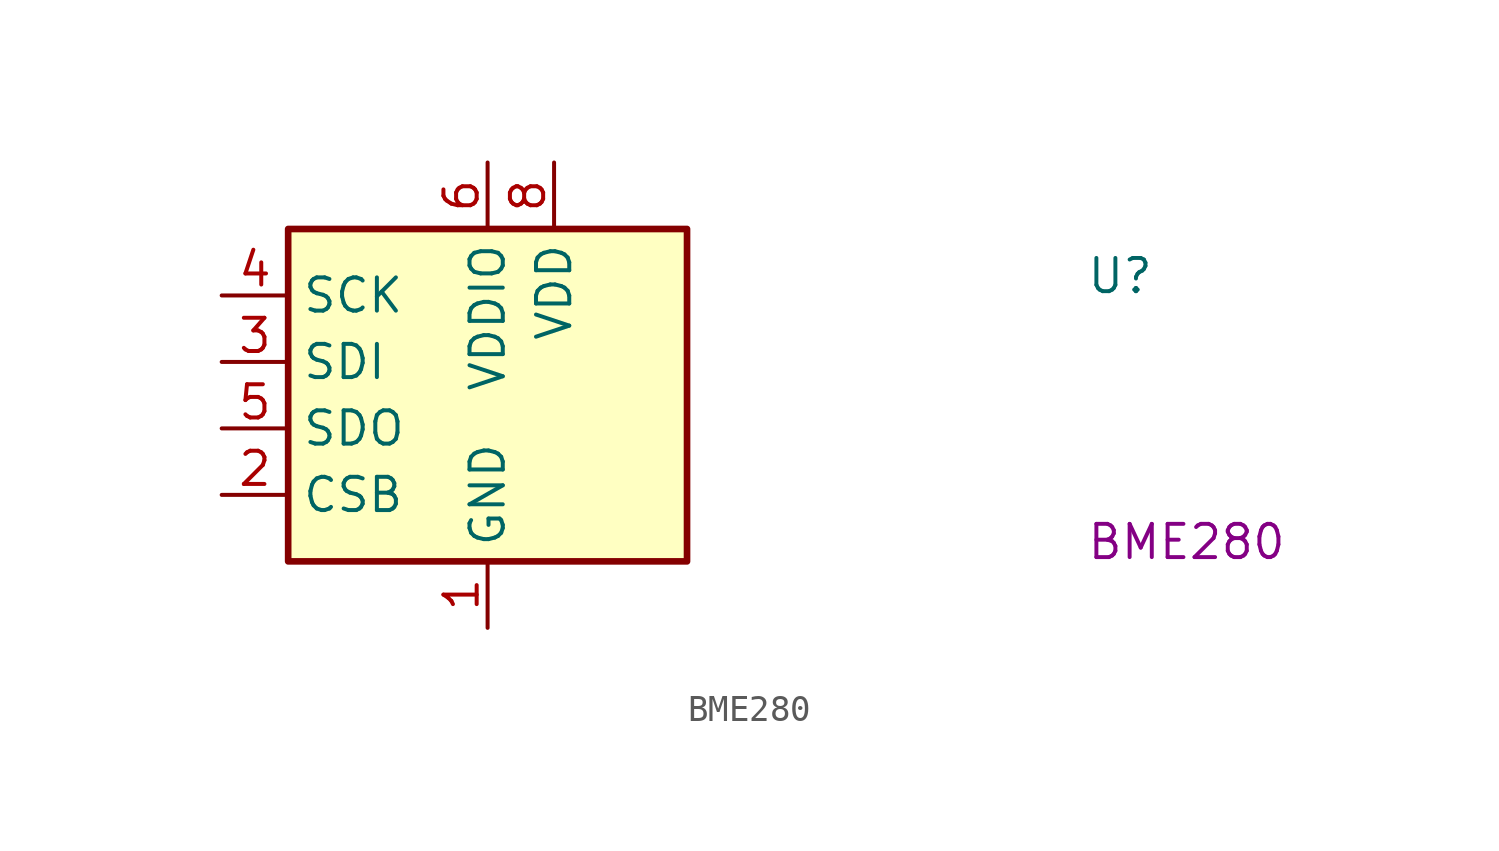
<source format=kicad_sym>
(kicad_symbol_lib
  (version 20220914)
  (generator kicad_symbol_editor)
  (symbol "BME280"
    (property "Reference" "U"
      (at 33.02 -5.08 0)
      (effects (font (size 1.27 1.27) (thickness 0.15)) (justify left bottom)))
    (property "MPN" "BME280"
      (at 33.02 -15.24 0)
      (effects (font (size 1.27 1.27) (thickness 0.15)) (justify left bottom)))
    (symbol "BME280_1_1"
      (rectangle (start 17.78 -2.54) (end 2.54 -15.24) (stroke (width 0.254) (type default)) (fill (type background)))
      (pin power_in line (at 10.16 -17.78 90) (length 2.54) (name "GND" (effects (font (size 1.27 1.27)))) (number "1" (effects (font (size 1.27 1.27)))))
      (pin input line (at 0 -12.7 0) (length 2.54) (name "CSB" (effects (font (size 1.27 1.27)))) (number "2" (effects (font (size 1.27 1.27)))))
      (pin bidirectional line (at 0 -7.62 0) (length 2.54) (name "SDI" (effects (font (size 1.27 1.27)))) (number "3" (effects (font (size 1.27 1.27)))))
      (pin input line (at 0 -5.08 0) (length 2.54) (name "SCK" (effects (font (size 1.27 1.27)))) (number "4" (effects (font (size 1.27 1.27)))))
      (pin bidirectional line (at 0 -10.16 0) (length 2.54) (name "SDO" (effects (font (size 1.27 1.27)))) (number "5" (effects (font (size 1.27 1.27)))))
      (pin power_in line (at 10.16 0 270) (length 2.54) (name "VDDIO" (effects (font (size 1.27 1.27)))) (number "6" (effects (font (size 1.27 1.27)))))
      (pin passive line (at 10.16 -17.78 90) (length 2.54) hide (name "GND" (effects (font (size 1.27 1.27)))) (number "7" (effects (font (size 1.27 1.27)))))
      (pin power_in line (at 12.7 0 270) (length 2.54) (name "VDD" (effects (font (size 1.27 1.27)))) (number "8" (effects (font (size 1.27 1.27))))))))
</source>
